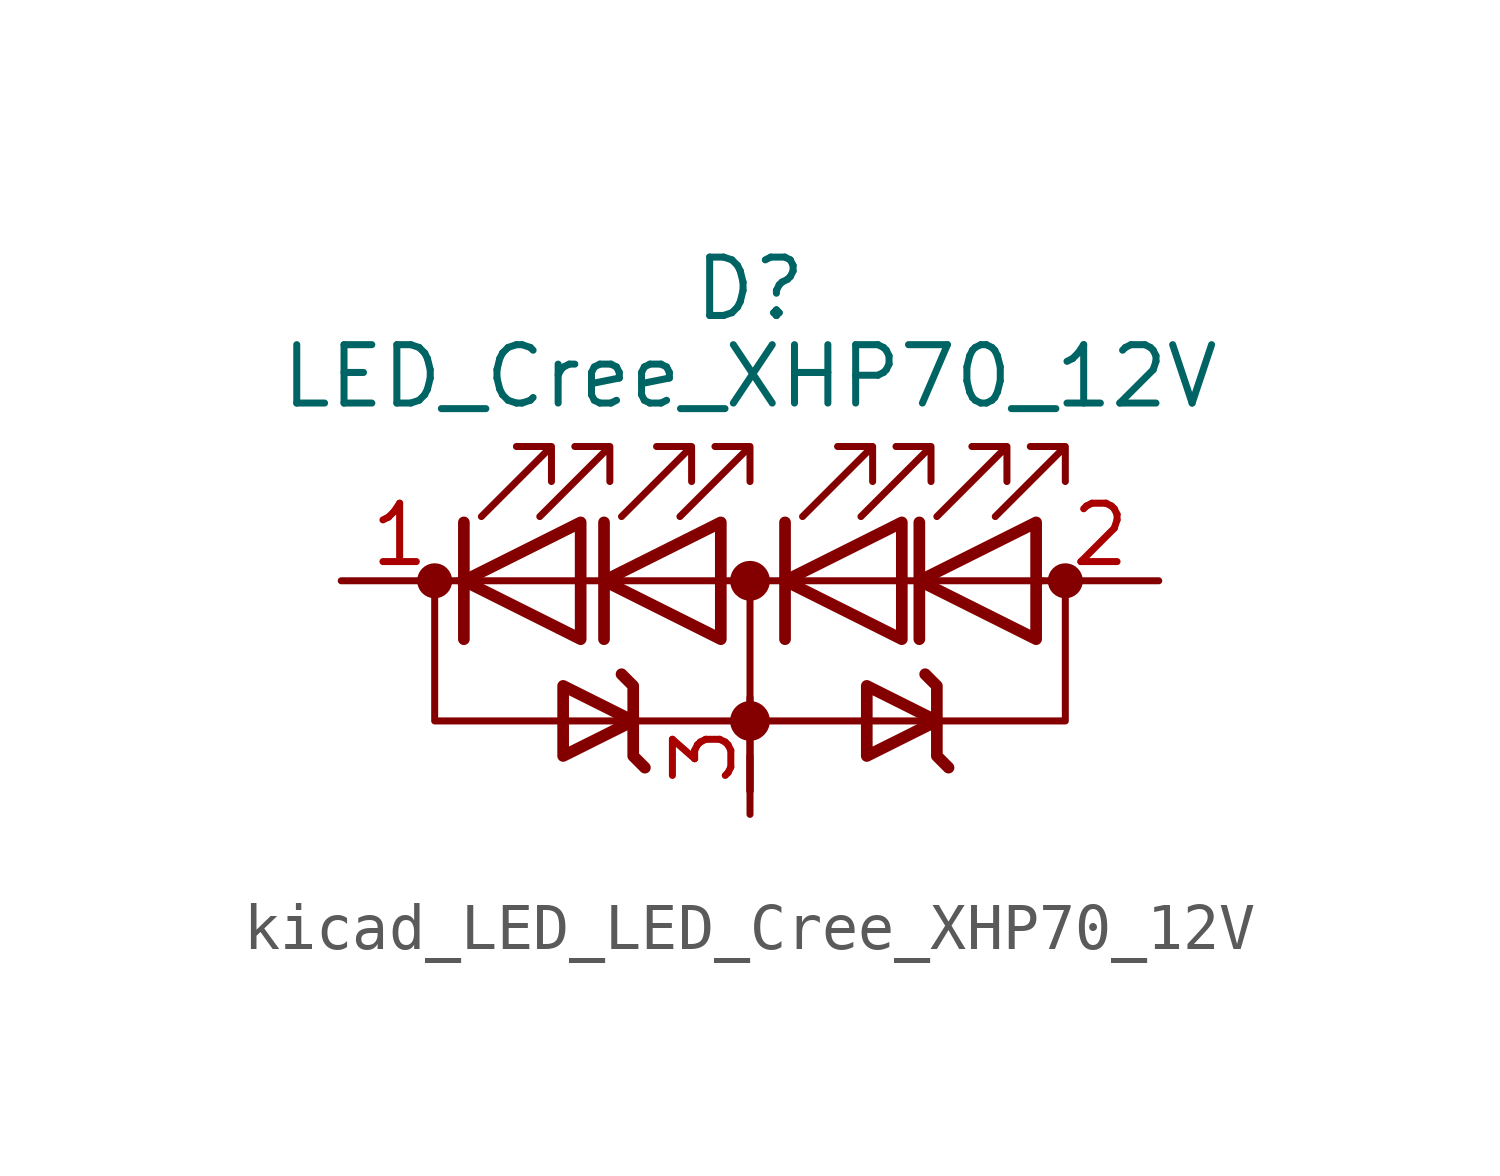
<source format=kicad_sym>
(kicad_symbol_lib
  (version 20220914)
  (generator kicad_symbol_editor)
  (symbol "kicad_LED_LED_Cree_XHP70_12V"
    (pin_names
      (offset 1.016) hide)
    (property "Reference" "D"
      (at 0 6.35 0)
      (effects (font (size 1.27 1.27))))
    (property "Value" "LED_Cree_XHP70_12V"
      (at 0 4.445 0)
      (effects (font (size 1.27 1.27))))
    (symbol "kicad_LED_LED_Cree_XHP70_12V_0_1"
      (circle (center -6.858 0) (radius 0.254) (stroke (width 0.254) (type default)) (fill (type outline)))
      (circle (center 0 -3.048) (radius 0.356) (stroke (width 0) (type default)) (fill (type outline)))
      (polyline (pts (xy -6.35 0) (xy 6.35 0)) (stroke (width 0) (type default)) (fill (type none)))
      (polyline (pts (xy -6.223 -1.27) (xy -6.223 1.27)) (stroke (width 0.254) (type default)) (fill (type none)))
      (polyline (pts (xy -3.175 -1.27) (xy -3.175 1.27)) (stroke (width 0.254) (type default)) (fill (type none)))
      (polyline (pts (xy 0 -3.81) (xy 0 -4.572)) (stroke (width 0) (type default)) (fill (type none)))
      (polyline (pts (xy 0 0) (xy 0 -4.572)) (stroke (width 0) (type default)) (fill (type none)))
      (polyline (pts (xy 0.762 -1.27) (xy 0.762 1.27)) (stroke (width 0.254) (type default)) (fill (type none)))
      (polyline (pts (xy 3.683 -1.27) (xy 3.683 1.27)) (stroke (width 0.254) (type default)) (fill (type none)))
      (polyline (pts (xy -6.858 0) (xy -6.858 -3.048) (xy 6.858 -3.048) (xy 6.858 0)) (stroke (width 0) (type default)) (fill (type none)))
      (polyline (pts (xy -3.683 -1.27) (xy -3.683 1.27) (xy -6.223 0) (xy -3.683 -1.27)) (stroke (width 0.254) (type default)) (fill (type none)))
      (polyline (pts (xy -2.286 -4.064) (xy -2.54 -3.81) (xy -2.54 -2.286) (xy -2.794 -2.032)) (stroke (width 0.254) (type default)) (fill (type none)))
      (polyline (pts (xy -0.635 -1.27) (xy -0.635 1.27) (xy -3.175 0) (xy -0.635 -1.27)) (stroke (width 0.254) (type default)) (fill (type none)))
      (polyline (pts (xy 3.302 -1.27) (xy 3.302 1.27) (xy 0.762 0) (xy 3.302 -1.27)) (stroke (width 0.254) (type default)) (fill (type none)))
      (polyline (pts (xy 4.318 -4.064) (xy 4.064 -3.81) (xy 4.064 -2.286) (xy 3.81 -2.032)) (stroke (width 0.254) (type default)) (fill (type none)))
      (polyline (pts (xy 6.223 -1.27) (xy 6.223 1.27) (xy 3.683 0) (xy 6.223 -1.27)) (stroke (width 0.254) (type default)) (fill (type none)))
      (polyline (pts (xy -5.842 1.397) (xy -4.318 2.921) (xy -5.08 2.921) (xy -4.318 2.921) (xy -4.318 2.159)) (stroke (width 0) (type default)) (fill (type none)))
      (polyline (pts (xy -4.572 1.397) (xy -3.048 2.921) (xy -3.81 2.921) (xy -3.048 2.921) (xy -3.048 2.159)) (stroke (width 0) (type default)) (fill (type none)))
      (polyline (pts (xy -4.064 -3.81) (xy -4.064 -2.286) (xy -2.54 -3.048) (xy -4.064 -3.81) (xy -4.064 -3.556)) (stroke (width 0.254) (type default)) (fill (type none)))
      (polyline (pts (xy -2.794 1.397) (xy -1.27 2.921) (xy -2.032 2.921) (xy -1.27 2.921) (xy -1.27 2.159)) (stroke (width 0) (type default)) (fill (type none)))
      (polyline (pts (xy -1.524 1.397) (xy 0 2.921) (xy -0.762 2.921) (xy 0 2.921) (xy 0 2.159)) (stroke (width 0) (type default)) (fill (type none)))
      (polyline (pts (xy 1.143 1.397) (xy 2.667 2.921) (xy 1.905 2.921) (xy 2.667 2.921) (xy 2.667 2.159)) (stroke (width 0) (type default)) (fill (type none)))
      (polyline (pts (xy 2.413 1.397) (xy 3.937 2.921) (xy 3.175 2.921) (xy 3.937 2.921) (xy 3.937 2.159)) (stroke (width 0) (type default)) (fill (type none)))
      (polyline (pts (xy 2.54 -3.81) (xy 2.54 -2.286) (xy 4.064 -3.048) (xy 2.54 -3.81) (xy 2.54 -3.556)) (stroke (width 0.254) (type default)) (fill (type none)))
      (polyline (pts (xy 4.064 1.397) (xy 5.588 2.921) (xy 4.826 2.921) (xy 5.588 2.921) (xy 5.588 2.159)) (stroke (width 0) (type default)) (fill (type none)))
      (polyline (pts (xy 5.334 1.397) (xy 6.858 2.921) (xy 6.096 2.921) (xy 6.858 2.921) (xy 6.858 2.159)) (stroke (width 0) (type default)) (fill (type none)))
      (circle (center 0 0) (radius 0.356) (stroke (width 0) (type default)) (fill (type outline)))
      (circle (center 6.858 0) (radius 0.254) (stroke (width 0.254) (type default)) (fill (type outline))))
    (symbol "kicad_LED_LED_Cree_XHP70_12V_1_1"
      (pin passive line (at -8.89 0 0) (length 2.54) (name "K" (effects (font (size 1.27 1.27)))) (number "1" (effects (font (size 1.27 1.27)))))
      (pin passive line (at 8.89 0 180) (length 2.54) (name "A" (effects (font (size 1.27 1.27)))) (number "2" (effects (font (size 1.27 1.27)))))
      (pin passive line (at 0 -5.08 90) (length 2.54) (name "PAD" (effects (font (size 1.27 1.27)))) (number "3" (effects (font (size 1.27 1.27))))))))
</source>
